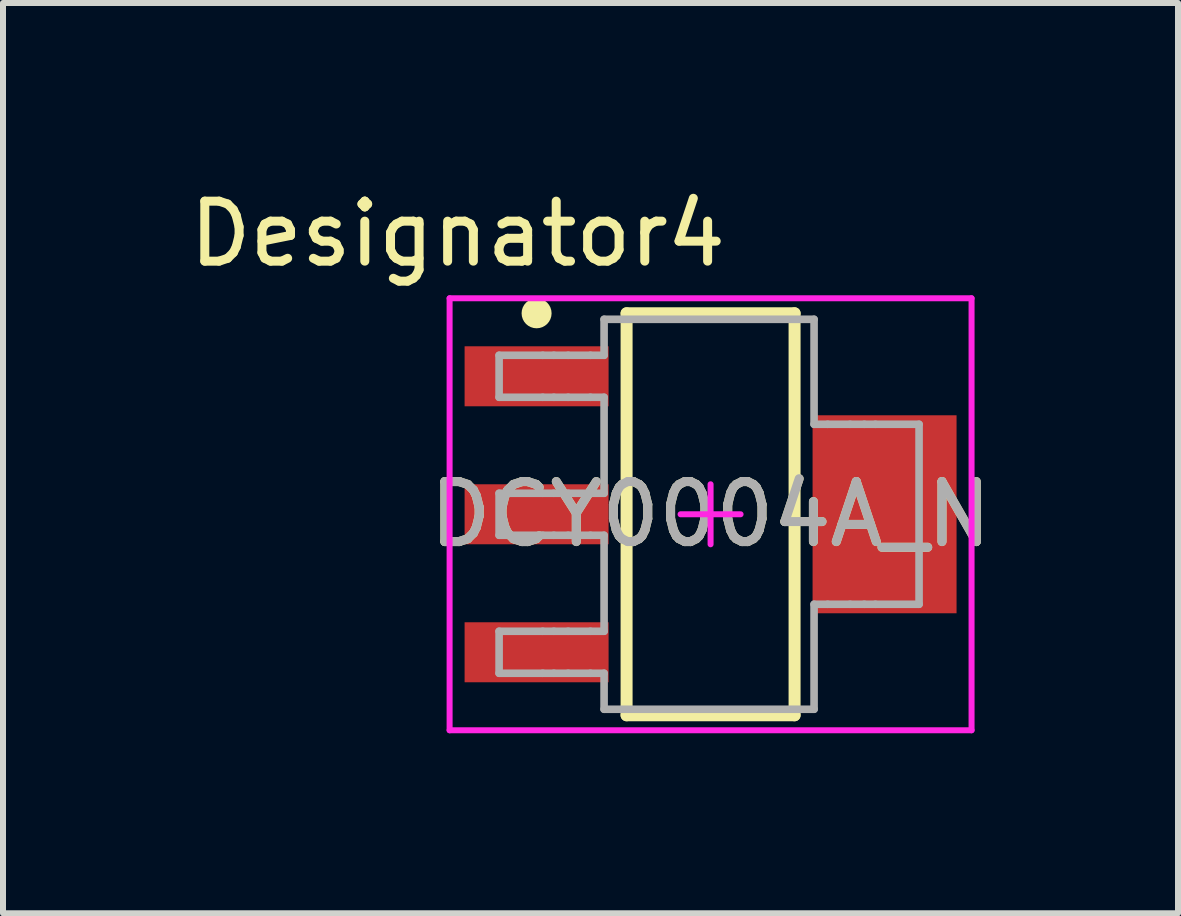
<source format=kicad_pcb>
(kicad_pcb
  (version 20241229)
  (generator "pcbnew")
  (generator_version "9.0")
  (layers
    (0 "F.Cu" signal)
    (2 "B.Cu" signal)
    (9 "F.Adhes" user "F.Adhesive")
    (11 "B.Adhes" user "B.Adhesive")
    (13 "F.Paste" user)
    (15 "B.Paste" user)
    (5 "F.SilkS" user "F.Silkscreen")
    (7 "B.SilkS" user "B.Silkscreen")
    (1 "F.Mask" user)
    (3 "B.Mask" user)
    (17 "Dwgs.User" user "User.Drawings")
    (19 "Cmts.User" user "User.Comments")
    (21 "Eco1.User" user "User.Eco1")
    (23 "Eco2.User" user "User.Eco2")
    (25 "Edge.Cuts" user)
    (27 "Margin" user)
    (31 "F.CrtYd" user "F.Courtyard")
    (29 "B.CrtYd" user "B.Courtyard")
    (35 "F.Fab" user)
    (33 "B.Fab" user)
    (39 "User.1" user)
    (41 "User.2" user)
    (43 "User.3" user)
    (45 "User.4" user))
  (footprint "DCY0004A_N"
    (layer "F.Cu")
    (at 8.794 5.522)
    (property "Reference" "DCY0004A_N" (at 0 0 0) (unlocked yes) (layer "F.SilkS") (effects (font (size 1 1) (thickness 0.15))))
    (attr smd)
    (fp_line (start -1.4 -3.35) (end 1.4 -3.35) (stroke (width 0.2) (type solid)) (layer "F.SilkS"))
    (fp_line (start -1.4 3.35) (end -1.4 -3.35) (stroke (width 0.2) (type solid)) (layer "F.SilkS"))
    (fp_line (start -1.4 3.35) (end 1.4 3.35) (stroke (width 0.2) (type solid)) (layer "F.SilkS"))
    (fp_line (start 1.4 3.35) (end 1.4 -3.35) (stroke (width 0.2) (type solid)) (layer "F.SilkS"))
    (fp_circle (center -2.9 -3.35) (end -2.775 -3.35) (stroke (width 0.25) (type solid)) (fill no) (layer "F.SilkS"))
    (fp_line (start -4.35 -3.6) (end 4.35 -3.6) (stroke (width 0.1) (type solid)) (layer "F.CrtYd"))
    (fp_line (start -4.35 3.6) (end -4.35 -3.6) (stroke (width 0.1) (type solid)) (layer "F.CrtYd"))
    (fp_line (start -4.35 3.6) (end 4.35 3.6) (stroke (width 0.1) (type solid)) (layer "F.CrtYd"))
    (fp_line (start -0.5 0) (end 0.5 0) (stroke (width 0.1) (type solid)) (layer "F.CrtYd"))
    (fp_line (start 0 0.5) (end 0 -0.5) (stroke (width 0.1) (type solid)) (layer "F.CrtYd"))
    (fp_line (start 4.35 3.6) (end 4.35 -3.6) (stroke (width 0.1) (type solid)) (layer "F.CrtYd"))
    (fp_line (start -3.525 -2.65) (end -2.797 -2.65) (stroke (width 0.127) (type solid)) (layer "F.Fab"))
    (fp_line (start -3.525 -1.95) (end -3.525 -2.65) (stroke (width 0.127) (type solid)) (layer "F.Fab"))
    (fp_line (start -3.525 -1.95) (end -2.797 -1.95) (stroke (width 0.127) (type solid)) (layer "F.Fab"))
    (fp_line (start -3.525 -0.35) (end -2.797 -0.35) (stroke (width 0.127) (type solid)) (layer "F.Fab"))
    (fp_line (start -3.525 0.35) (end -3.525 -0.35) (stroke (width 0.127) (type solid)) (layer "F.Fab"))
    (fp_line (start -3.525 0.35) (end -2.797 0.35) (stroke (width 0.127) (type solid)) (layer "F.Fab"))
    (fp_line (start -3.525 1.95) (end -2.797 1.95) (stroke (width 0.127) (type solid)) (layer "F.Fab"))
    (fp_line (start -3.525 2.65) (end -3.525 1.95) (stroke (width 0.127) (type solid)) (layer "F.Fab"))
    (fp_line (start -3.525 2.65) (end -2.797 2.65) (stroke (width 0.127) (type solid)) (layer "F.Fab"))
    (fp_line (start -2.797 -2.65) (end -2.612 -2.65) (stroke (width 0.127) (type solid)) (layer "F.Fab"))
    (fp_line (start -2.797 -1.95) (end -2.612 -1.95) (stroke (width 0.127) (type solid)) (layer "F.Fab"))
    (fp_line (start -2.797 -0.35) (end -2.612 -0.35) (stroke (width 0.127) (type solid)) (layer "F.Fab"))
    (fp_line (start -2.797 0.35) (end -2.612 0.35) (stroke (width 0.127) (type solid)) (layer "F.Fab"))
    (fp_line (start -2.797 1.95) (end -2.612 1.95) (stroke (width 0.127) (type solid)) (layer "F.Fab"))
    (fp_line (start -2.797 2.65) (end -2.612 2.65) (stroke (width 0.127) (type solid)) (layer "F.Fab"))
    (fp_line (start -2.612 -2.65) (end -2.374 -2.65) (stroke (width 0.127) (type solid)) (layer "F.Fab"))
    (fp_line (start -2.612 -1.95) (end -2.374 -1.95) (stroke (width 0.127) (type solid)) (layer "F.Fab"))
    (fp_line (start -2.612 -0.35) (end -2.374 -0.35) (stroke (width 0.127) (type solid)) (layer "F.Fab"))
    (fp_line (start -2.612 0.35) (end -2.374 0.35) (stroke (width 0.127) (type solid)) (layer "F.Fab"))
    (fp_line (start -2.612 1.95) (end -2.374 1.95) (stroke (width 0.127) (type solid)) (layer "F.Fab"))
    (fp_line (start -2.612 2.65) (end -2.374 2.65) (stroke (width 0.127) (type solid)) (layer "F.Fab"))
    (fp_line (start -2.374 -2.65) (end -2.003 -2.65) (stroke (width 0.127) (type solid)) (layer "F.Fab"))
    (fp_line (start -2.374 -1.95) (end -2.003 -1.95) (stroke (width 0.127) (type solid)) (layer "F.Fab"))
    (fp_line (start -2.374 -0.35) (end -2.003 -0.35) (stroke (width 0.127) (type solid)) (layer "F.Fab"))
    (fp_line (start -2.374 0.35) (end -2.003 0.35) (stroke (width 0.127) (type solid)) (layer "F.Fab"))
    (fp_line (start -2.374 1.95) (end -2.003 1.95) (stroke (width 0.127) (type solid)) (layer "F.Fab"))
    (fp_line (start -2.374 2.65) (end -2.003 2.65) (stroke (width 0.127) (type solid)) (layer "F.Fab"))
    (fp_line (start -2.003 -2.65) (end -1.775 -2.65) (stroke (width 0.127) (type solid)) (layer "F.Fab"))
    (fp_line (start -2.003 -1.95) (end -1.775 -1.95) (stroke (width 0.127) (type solid)) (layer "F.Fab"))
    (fp_line (start -2.003 -0.35) (end -1.775 -0.35) (stroke (width 0.127) (type solid)) (layer "F.Fab"))
    (fp_line (start -2.003 0.35) (end -1.775 0.35) (stroke (width 0.127) (type solid)) (layer "F.Fab"))
    (fp_line (start -2.003 1.95) (end -1.775 1.95) (stroke (width 0.127) (type solid)) (layer "F.Fab"))
    (fp_line (start -2.003 2.65) (end -1.775 2.65) (stroke (width 0.127) (type solid)) (layer "F.Fab"))
    (fp_line (start -1.775 -3.25) (end 1.725 -3.25) (stroke (width 0.127) (type solid)) (layer "F.Fab"))
    (fp_line (start -1.775 -2.65) (end -1.775 -3.25) (stroke (width 0.127) (type solid)) (layer "F.Fab"))
    (fp_line (start -1.775 -0.35) (end -1.775 -1.95) (stroke (width 0.127) (type solid)) (layer "F.Fab"))
    (fp_line (start -1.775 1.95) (end -1.775 0.35) (stroke (width 0.127) (type solid)) (layer "F.Fab"))
    (fp_line (start -1.775 3.25) (end -1.775 2.65) (stroke (width 0.127) (type solid)) (layer "F.Fab"))
    (fp_line (start -1.775 3.25) (end 1.725 3.25) (stroke (width 0.127) (type solid)) (layer "F.Fab"))
    (fp_line (start 1.725 -1.5) (end 1.725 -3.25) (stroke (width 0.127) (type solid)) (layer "F.Fab"))
    (fp_line (start 1.725 -1.5) (end 1.953 -1.5) (stroke (width 0.127) (type solid)) (layer "F.Fab"))
    (fp_line (start 1.725 1.5) (end 1.953 1.5) (stroke (width 0.127) (type solid)) (layer "F.Fab"))
    (fp_line (start 1.725 3.25) (end 1.725 1.5) (stroke (width 0.127) (type solid)) (layer "F.Fab"))
    (fp_line (start 1.953 -1.5) (end 2.324 -1.5) (stroke (width 0.127) (type solid)) (layer "F.Fab"))
    (fp_line (start 1.953 1.5) (end 2.324 1.5) (stroke (width 0.127) (type solid)) (layer "F.Fab"))
    (fp_line (start 2.324 -1.5) (end 2.562 -1.5) (stroke (width 0.127) (type solid)) (layer "F.Fab"))
    (fp_line (start 2.324 1.5) (end 2.562 1.5) (stroke (width 0.127) (type solid)) (layer "F.Fab"))
    (fp_line (start 2.562 -1.5) (end 2.747 -1.5) (stroke (width 0.127) (type solid)) (layer "F.Fab"))
    (fp_line (start 2.562 1.5) (end 2.747 1.5) (stroke (width 0.127) (type solid)) (layer "F.Fab"))
    (fp_line (start 2.747 -1.5) (end 3.475 -1.5) (stroke (width 0.127) (type solid)) (layer "F.Fab"))
    (fp_line (start 2.747 1.5) (end 3.475 1.5) (stroke (width 0.127) (type solid)) (layer "F.Fab"))
    (fp_line (start 3.475 1.5) (end 3.475 -1.5) (stroke (width 0.127) (type solid)) (layer "F.Fab"))
    (fp_text user "Designator4" (at -4.216 -4.674 0) (unlocked yes) (layer "F.SilkS") (effects (font (size 1 1) (thickness 0.15))))
    (fp_text user "${REFERENCE}" (at 0 0 0) (unlocked yes) (layer "F.Fab") (effects (font (size 1 1) (thickness 0.15))))
    (pad "1" smd rect (at -2.9 -2.3 90) (size 1 2.4) (layers "F.Cu" "F.Mask" "F.Paste"))
    (pad "2" smd rect (at -2.9 0 90) (size 1 2.4) (layers "F.Cu" "F.Mask" "F.Paste"))
    (pad "3" smd rect (at -2.9 2.3 90) (size 1 2.4) (layers "F.Cu" "F.Mask" "F.Paste"))
    (pad "4" smd rect (at 2.9 0 90) (size 3.3 2.4) (layers "F.Cu" "F.Mask" "F.Paste")))
  (gr_rect
    (start -3 -3)
    (end 16.585 12.172)
    (stroke (width 0.1) (type default))
    (fill no)
    (layer "Edge.Cuts")))
</source>
